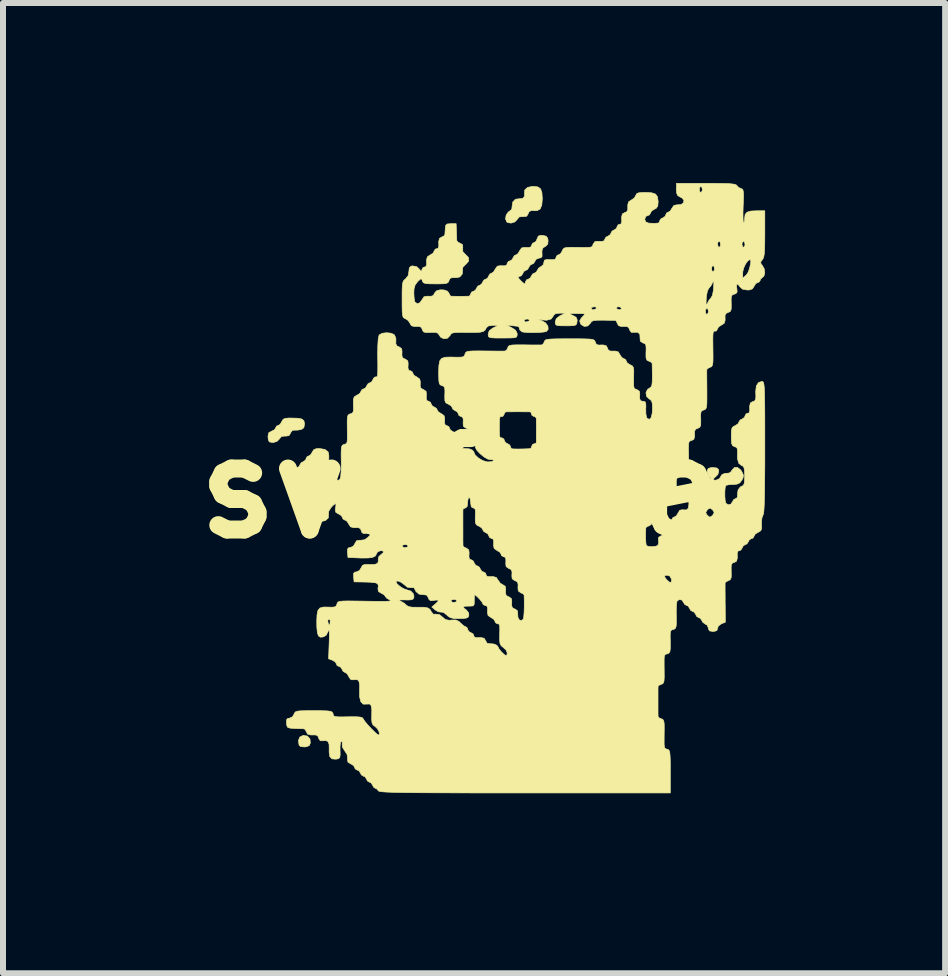
<source format=kicad_pcb>
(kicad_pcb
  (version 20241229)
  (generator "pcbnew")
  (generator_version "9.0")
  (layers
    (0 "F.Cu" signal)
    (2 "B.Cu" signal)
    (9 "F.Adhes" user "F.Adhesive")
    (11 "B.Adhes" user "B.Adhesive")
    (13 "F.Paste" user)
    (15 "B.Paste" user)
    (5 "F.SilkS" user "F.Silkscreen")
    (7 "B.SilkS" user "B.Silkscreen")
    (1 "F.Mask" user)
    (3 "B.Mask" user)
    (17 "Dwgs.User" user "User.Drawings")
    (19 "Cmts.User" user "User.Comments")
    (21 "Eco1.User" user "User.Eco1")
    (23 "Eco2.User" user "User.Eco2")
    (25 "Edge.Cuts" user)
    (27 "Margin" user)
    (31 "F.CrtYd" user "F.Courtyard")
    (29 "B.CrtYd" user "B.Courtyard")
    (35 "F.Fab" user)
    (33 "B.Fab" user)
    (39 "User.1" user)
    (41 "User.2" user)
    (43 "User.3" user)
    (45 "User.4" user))
  (footprint "svoface"
    (layer "F.Cu")
    (at 4.616 5.085)
    (property "Reference" "svoface" (at 0 0 0) (layer "F.SilkS") (effects (font (size 1.524 1.524) (thickness 0.3))))
    (attr through_hole)
    (fp_poly (pts (xy -2.543 4.132) (xy -2.5 4.181) (xy -2.494 4.247) (xy -2.512 4.291) (xy -2.562 4.31) (xy -2.585 4.313) (xy -2.655 4.308) (xy -2.682 4.283) (xy -2.693 4.207) (xy -2.669 4.148) (xy -2.614 4.12) (xy -2.614 4.12) (xy -2.543 4.132)) (stroke (width 0.01) (type solid)) (fill yes) (layer "F.SilkS"))
    (fp_poly (pts (xy 1.295 -5.021) (xy 1.342 -4.99) (xy 1.365 -4.927) (xy 1.372 -4.824) (xy 1.363 -4.715) (xy 1.334 -4.65) (xy 1.283 -4.624) (xy 1.252 -4.624) (xy 1.185 -4.625) (xy 1.15 -4.605) (xy 1.135 -4.57) (xy 1.112 -4.532) (xy 1.061 -4.524) (xy 1.05 -4.525) (xy 0.989 -4.521) (xy 0.955 -4.481) (xy 0.953 -4.477) (xy 0.912 -4.436) (xy 0.851 -4.417) (xy 0.794 -4.426) (xy 0.779 -4.437) (xy 0.759 -4.487) (xy 0.769 -4.55) (xy 0.803 -4.6) (xy 0.819 -4.61) (xy 0.863 -4.647) (xy 0.869 -4.701) (xy 0.88 -4.77) (xy 0.925 -4.815) (xy 0.983 -4.822) (xy 1.046 -4.828) (xy 1.076 -4.865) (xy 1.074 -4.902) (xy 1.078 -4.967) (xy 1.124 -5.011) (xy 1.207 -5.029) (xy 1.217 -5.029) (xy 1.295 -5.021)) (stroke (width 0.01) (type solid)) (fill yes) (layer "F.SilkS"))
    (fp_poly (pts (xy -2.702 -1.165) (xy -2.636 -1.152) (xy -2.602 -1.124) (xy -2.591 -1.078) (xy -2.591 -1.065) (xy -2.603 -1.006) (xy -2.645 -0.978) (xy -2.65 -0.977) (xy -2.705 -0.967) (xy -2.732 -0.967) (xy -2.793 -0.964) (xy -2.825 -0.921) (xy -2.827 -0.912) (xy -2.851 -0.874) (xy -2.902 -0.867) (xy -2.913 -0.868) (xy -2.973 -0.863) (xy -3.008 -0.823) (xy -3.01 -0.819) (xy -3.05 -0.779) (xy -3.111 -0.76) (xy -3.169 -0.768) (xy -3.183 -0.779) (xy -3.196 -0.815) (xy -3.2 -0.865) (xy -3.188 -0.922) (xy -3.141 -0.949) (xy -3.137 -0.95) (xy -3.089 -0.975) (xy -3.073 -1.004) (xy -3.053 -1.037) (xy -3.035 -1.041) (xy -2.998 -1.063) (xy -2.972 -1.105) (xy -2.952 -1.142) (xy -2.92 -1.161) (xy -2.861 -1.168) (xy -2.809 -1.168) (xy -2.702 -1.165)) (stroke (width 0.01) (type solid)) (fill yes) (layer "F.SilkS"))
    (fp_poly (pts (xy 4.279 -5.079) (xy 4.411 -5.077) (xy 4.504 -5.073) (xy 4.565 -5.066) (xy 4.599 -5.057) (xy 4.613 -5.044) (xy 4.613 -5.044) (xy 4.646 -5.009) (xy 4.679 -4.995) (xy 4.701 -4.986) (xy 4.716 -4.968) (xy 4.723 -4.931) (xy 4.725 -4.866) (xy 4.722 -4.764) (xy 4.719 -4.701) (xy 4.716 -4.588) (xy 4.717 -4.497) (xy 4.721 -4.438) (xy 4.727 -4.42) (xy 4.74 -4.442) (xy 4.744 -4.495) (xy 4.744 -4.498) (xy 4.752 -4.561) (xy 4.784 -4.599) (xy 4.851 -4.618) (xy 4.947 -4.622) (xy 5.08 -4.623) (xy 5.08 -4.237) (xy 5.079 -4.084) (xy 5.076 -3.974) (xy 5.07 -3.898) (xy 5.061 -3.848) (xy 5.046 -3.816) (xy 5.038 -3.806) (xy 5.01 -3.767) (xy 5.019 -3.735) (xy 5.038 -3.713) (xy 5.07 -3.655) (xy 5.079 -3.589) (xy 5.065 -3.534) (xy 5.042 -3.514) (xy 5.008 -3.482) (xy 5.004 -3.464) (xy 4.983 -3.433) (xy 4.965 -3.429) (xy 4.928 -3.408) (xy 4.902 -3.365) (xy 4.874 -3.321) (xy 4.824 -3.303) (xy 4.789 -3.302) (xy 4.709 -3.316) (xy 4.668 -3.353) (xy 4.632 -3.397) (xy 4.611 -3.394) (xy 4.611 -3.345) (xy 4.614 -3.326) (xy 4.619 -3.269) (xy 4.598 -3.242) (xy 4.575 -3.234) (xy 4.543 -3.223) (xy 4.525 -3.202) (xy 4.519 -3.159) (xy 4.52 -3.082) (xy 4.521 -3.053) (xy 4.52 -2.981) (xy 4.504 -2.944) (xy 4.472 -2.929) (xy 4.433 -2.912) (xy 4.417 -2.877) (xy 4.418 -2.81) (xy 4.419 -2.8) (xy 4.404 -2.748) (xy 4.358 -2.718) (xy 4.31 -2.688) (xy 4.293 -2.655) (xy 4.273 -2.621) (xy 4.255 -2.616) (xy 4.237 -2.616) (xy 4.226 -2.61) (xy 4.219 -2.59) (xy 4.215 -2.547) (xy 4.214 -2.474) (xy 4.215 -2.363) (xy 4.216 -2.29) (xy 4.217 -2.172) (xy 4.215 -2.095) (xy 4.207 -2.05) (xy 4.194 -2.026) (xy 4.172 -2.016) (xy 4.167 -2.014) (xy 4.124 -1.992) (xy 4.113 -1.972) (xy 4.113 -1.937) (xy 4.113 -1.861) (xy 4.114 -1.757) (xy 4.115 -1.635) (xy 4.115 -1.63) (xy 4.115 -1.499) (xy 4.114 -1.41) (xy 4.108 -1.354) (xy 4.098 -1.324) (xy 4.082 -1.309) (xy 4.065 -1.303) (xy 4.034 -1.292) (xy 4.017 -1.271) (xy 4.011 -1.228) (xy 4.012 -1.15) (xy 4.013 -1.122) (xy 4.012 -1.051) (xy 3.996 -1.014) (xy 3.964 -0.998) (xy 3.926 -0.981) (xy 3.909 -0.947) (xy 3.91 -0.881) (xy 3.911 -0.868) (xy 3.898 -0.815) (xy 3.863 -0.795) (xy 3.835 -0.787) (xy 3.818 -0.772) (xy 3.81 -0.74) (xy 3.808 -0.681) (xy 3.809 -0.583) (xy 3.81 -0.563) (xy 3.81 -0.474) (xy 3.803 -0.424) (xy 3.786 -0.399) (xy 3.761 -0.389) (xy 3.722 -0.372) (xy 3.706 -0.338) (xy 3.707 -0.271) (xy 3.708 -0.259) (xy 3.695 -0.205) (xy 3.66 -0.186) (xy 3.628 -0.174) (xy 3.61 -0.153) (xy 3.604 -0.11) (xy 3.605 -0.032) (xy 3.606 -0.006) (xy 3.605 0.064) (xy 3.588 0.102) (xy 3.548 0.125) (xy 3.545 0.126) (xy 3.497 0.156) (xy 3.48 0.187) (xy 3.459 0.222) (xy 3.429 0.236) (xy 3.388 0.262) (xy 3.378 0.287) (xy 3.357 0.323) (xy 3.327 0.338) (xy 3.286 0.365) (xy 3.277 0.391) (xy 3.257 0.426) (xy 3.239 0.432) (xy 3.209 0.441) (xy 3.197 0.478) (xy 3.199 0.552) (xy 3.2 0.554) (xy 3.187 0.607) (xy 3.152 0.627) (xy 3.109 0.647) (xy 3.097 0.663) (xy 3.094 0.743) (xy 3.094 0.829) (xy 3.097 0.904) (xy 3.104 0.95) (xy 3.106 0.956) (xy 3.139 0.971) (xy 3.198 0.975) (xy 3.26 0.969) (xy 3.294 0.957) (xy 3.31 0.923) (xy 3.308 0.875) (xy 3.308 0.823) (xy 3.342 0.798) (xy 3.35 0.796) (xy 3.389 0.778) (xy 3.406 0.744) (xy 3.405 0.677) (xy 3.405 0.667) (xy 3.419 0.614) (xy 3.465 0.585) (xy 3.513 0.554) (xy 3.531 0.521) (xy 3.551 0.487) (xy 3.569 0.483) (xy 3.606 0.461) (xy 3.633 0.416) (xy 3.643 0.401) (xy 4.096 0.401) (xy 4.108 0.437) (xy 4.114 0.443) (xy 4.149 0.476) (xy 4.166 0.483) (xy 4.196 0.465) (xy 4.217 0.443) (xy 4.236 0.406) (xy 4.215 0.369) (xy 4.208 0.362) (xy 4.172 0.333) (xy 4.143 0.343) (xy 4.123 0.362) (xy 4.096 0.401) (xy 3.643 0.401) (xy 3.662 0.368) (xy 3.707 0.36) (xy 3.722 0.362) (xy 3.776 0.363) (xy 3.805 0.334) (xy 3.815 0.269) (xy 3.813 0.211) (xy 3.812 0.14) (xy 3.827 0.102) (xy 3.865 0.079) (xy 3.872 0.077) (xy 3.92 0.046) (xy 3.937 0.013) (xy 3.957 -0.021) (xy 3.976 -0.025) (xy 4.013 -0.047) (xy 4.039 -0.089) (xy 4.077 -0.14) (xy 4.129 -0.152) (xy 4.173 -0.155) (xy 4.174 -0.172) (xy 4.153 -0.194) (xy 4.123 -0.249) (xy 4.12 -0.289) (xy 4.136 -0.327) (xy 4.179 -0.341) (xy 4.216 -0.343) (xy 4.279 -0.336) (xy 4.307 -0.312) (xy 4.313 -0.288) (xy 4.298 -0.228) (xy 4.264 -0.194) (xy 4.227 -0.16) (xy 4.222 -0.138) (xy 4.259 -0.131) (xy 4.307 -0.148) (xy 4.34 -0.178) (xy 4.343 -0.191) (xy 4.365 -0.225) (xy 4.416 -0.247) (xy 4.473 -0.249) (xy 4.508 -0.263) (xy 4.533 -0.299) (xy 4.573 -0.344) (xy 4.625 -0.345) (xy 4.677 -0.304) (xy 4.698 -0.273) (xy 4.723 -0.218) (xy 4.718 -0.173) (xy 4.698 -0.133) (xy 4.662 -0.087) (xy 4.613 -0.066) (xy 4.552 -0.061) (xy 4.482 -0.057) (xy 4.436 -0.047) (xy 4.429 -0.043) (xy 4.419 -0.008) (xy 4.414 0.058) (xy 4.414 0.136) (xy 4.419 0.206) (xy 4.43 0.25) (xy 4.43 0.251) (xy 4.47 0.278) (xy 4.514 0.267) (xy 4.539 0.229) (xy 4.565 0.187) (xy 4.588 0.178) (xy 4.621 0.157) (xy 4.626 0.1) (xy 4.625 0.093) (xy 4.634 0.031) (xy 4.672 -0.02) (xy 4.697 -0.032) (xy 4.723 -0.047) (xy 4.738 -0.082) (xy 4.743 -0.15) (xy 4.744 -0.203) (xy 4.741 -0.293) (xy 4.732 -0.344) (xy 4.713 -0.368) (xy 4.697 -0.374) (xy 4.647 -0.412) (xy 4.624 -0.49) (xy 4.624 -0.553) (xy 4.626 -0.629) (xy 4.616 -0.669) (xy 4.589 -0.688) (xy 4.572 -0.693) (xy 4.544 -0.707) (xy 4.528 -0.74) (xy 4.522 -0.802) (xy 4.521 -0.862) (xy 4.523 -0.949) (xy 4.532 -0.999) (xy 4.553 -1.026) (xy 4.585 -1.041) (xy 4.632 -1.071) (xy 4.648 -1.101) (xy 4.669 -1.136) (xy 4.699 -1.15) (xy 4.74 -1.178) (xy 4.75 -1.204) (xy 4.769 -1.239) (xy 4.788 -1.245) (xy 4.817 -1.254) (xy 4.829 -1.29) (xy 4.827 -1.365) (xy 4.827 -1.367) (xy 4.84 -1.42) (xy 4.875 -1.44) (xy 4.908 -1.452) (xy 4.925 -1.475) (xy 4.931 -1.522) (xy 4.928 -1.607) (xy 4.928 -1.608) (xy 4.938 -1.703) (xy 4.976 -1.761) (xy 5.032 -1.778) (xy 5.044 -1.776) (xy 5.053 -1.768) (xy 5.061 -1.749) (xy 5.067 -1.714) (xy 5.072 -1.66) (xy 5.075 -1.581) (xy 5.077 -1.474) (xy 5.079 -1.333) (xy 5.08 -1.155) (xy 5.08 -0.935) (xy 5.08 -0.678) (xy 5.08 -0.393) (xy 5.078 -0.156) (xy 5.076 0.037) (xy 5.073 0.189) (xy 5.069 0.304) (xy 5.064 0.383) (xy 5.057 0.432) (xy 5.049 0.452) (xy 5.032 0.496) (xy 5.025 0.569) (xy 5.026 0.597) (xy 5.027 0.669) (xy 5.014 0.708) (xy 4.98 0.731) (xy 4.968 0.736) (xy 4.919 0.767) (xy 4.902 0.799) (xy 4.882 0.833) (xy 4.862 0.838) (xy 4.823 0.86) (xy 4.808 0.889) (xy 4.781 0.93) (xy 4.757 0.94) (xy 4.721 0.961) (xy 4.706 0.991) (xy 4.681 1.032) (xy 4.658 1.041) (xy 4.63 1.052) (xy 4.62 1.089) (xy 4.622 1.164) (xy 4.609 1.217) (xy 4.574 1.237) (xy 4.542 1.248) (xy 4.525 1.269) (xy 4.519 1.312) (xy 4.52 1.389) (xy 4.521 1.418) (xy 4.52 1.489) (xy 4.504 1.526) (xy 4.472 1.542) (xy 4.429 1.564) (xy 4.418 1.584) (xy 4.418 1.619) (xy 4.418 1.695) (xy 4.419 1.799) (xy 4.419 1.921) (xy 4.42 1.924) (xy 4.422 2.235) (xy 4.357 2.26) (xy 4.305 2.299) (xy 4.293 2.336) (xy 4.281 2.374) (xy 4.237 2.387) (xy 4.216 2.388) (xy 4.161 2.38) (xy 4.141 2.35) (xy 4.14 2.334) (xy 4.119 2.284) (xy 4.092 2.269) (xy 4.045 2.235) (xy 4.031 2.207) (xy 4.004 2.167) (xy 3.98 2.159) (xy 3.944 2.138) (xy 3.93 2.108) (xy 3.903 2.067) (xy 3.879 2.057) (xy 3.843 2.036) (xy 3.828 2.007) (xy 3.802 1.965) (xy 3.777 1.956) (xy 3.741 1.934) (xy 3.726 1.905) (xy 3.697 1.864) (xy 3.652 1.857) (xy 3.617 1.883) (xy 3.61 1.92) (xy 3.605 1.994) (xy 3.604 2.092) (xy 3.605 2.126) (xy 3.606 2.231) (xy 3.603 2.296) (xy 3.593 2.332) (xy 3.574 2.349) (xy 3.558 2.354) (xy 3.53 2.363) (xy 3.513 2.378) (xy 3.505 2.41) (xy 3.503 2.469) (xy 3.505 2.567) (xy 3.505 2.586) (xy 3.505 2.675) (xy 3.498 2.726) (xy 3.481 2.751) (xy 3.456 2.761) (xy 3.431 2.768) (xy 3.415 2.779) (xy 3.405 2.804) (xy 3.402 2.853) (xy 3.402 2.934) (xy 3.403 3.044) (xy 3.404 3.148) (xy 3.4 3.212) (xy 3.39 3.247) (xy 3.37 3.264) (xy 3.354 3.269) (xy 3.312 3.289) (xy 3.301 3.305) (xy 3.3 3.339) (xy 3.3 3.411) (xy 3.3 3.508) (xy 3.3 3.556) (xy 3.3 3.66) (xy 3.3 3.745) (xy 3.301 3.797) (xy 3.301 3.807) (xy 3.323 3.831) (xy 3.354 3.843) (xy 3.38 3.854) (xy 3.395 3.878) (xy 3.403 3.925) (xy 3.404 4.006) (xy 3.403 4.068) (xy 3.402 4.187) (xy 3.402 4.265) (xy 3.406 4.311) (xy 3.415 4.334) (xy 3.432 4.345) (xy 3.454 4.351) (xy 3.474 4.359) (xy 3.488 4.377) (xy 3.497 4.413) (xy 3.502 4.474) (xy 3.505 4.569) (xy 3.505 4.707) (xy 3.505 4.722) (xy 3.505 5.08) (xy 1.079 5.08) (xy 0.669 5.08) (xy 0.308 5.08) (xy -0.009 5.079) (xy -0.283 5.078) (xy -0.519 5.077) (xy -0.718 5.076) (xy -0.884 5.074) (xy -1.019 5.072) (xy -1.127 5.069) (xy -1.211 5.066) (xy -1.273 5.062) (xy -1.316 5.058) (xy -1.344 5.053) (xy -1.358 5.047) (xy -1.362 5.042) (xy -1.393 5.008) (xy -1.409 5.004) (xy -1.441 4.983) (xy -1.455 4.953) (xy -1.482 4.912) (xy -1.506 4.902) (xy -1.542 4.881) (xy -1.557 4.851) (xy -1.583 4.81) (xy -1.608 4.801) (xy -1.644 4.779) (xy -1.658 4.75) (xy -1.686 4.708) (xy -1.712 4.699) (xy -1.747 4.679) (xy -1.753 4.66) (xy -1.774 4.624) (xy -1.819 4.596) (xy -1.867 4.567) (xy -1.876 4.522) (xy -1.873 4.508) (xy -1.883 4.434) (xy -1.919 4.382) (xy -1.961 4.315) (xy -1.963 4.268) (xy -1.963 4.227) (xy -1.977 4.216) (xy -1.992 4.24) (xy -1.999 4.306) (xy -1.999 4.362) (xy -1.997 4.445) (xy -2.004 4.489) (xy -2.024 4.509) (xy -2.063 4.516) (xy -2.067 4.517) (xy -2.132 4.512) (xy -2.169 4.475) (xy -2.181 4.399) (xy -2.18 4.355) (xy -2.182 4.267) (xy -2.201 4.22) (xy -2.242 4.207) (xy -2.274 4.21) (xy -2.327 4.21) (xy -2.352 4.177) (xy -2.354 4.169) (xy -2.371 4.129) (xy -2.405 4.113) (xy -2.471 4.113) (xy -2.485 4.114) (xy -2.538 4.101) (xy -2.558 4.066) (xy -2.58 4.023) (xy -2.6 4.011) (xy -2.641 4.009) (xy -2.712 4.007) (xy -2.756 4.005) (xy -2.831 4) (xy -2.87 3.988) (xy -2.886 3.958) (xy -2.891 3.918) (xy -2.891 3.861) (xy -2.871 3.838) (xy -2.846 3.835) (xy -2.793 3.812) (xy -2.769 3.772) (xy -2.757 3.745) (xy -2.739 3.727) (xy -2.707 3.716) (xy -2.652 3.711) (xy -2.563 3.709) (xy -2.437 3.708) (xy -2.307 3.709) (xy -2.219 3.712) (xy -2.164 3.718) (xy -2.134 3.729) (xy -2.12 3.746) (xy -2.116 3.759) (xy -2.109 3.784) (xy -2.097 3.8) (xy -2.072 3.808) (xy -2.023 3.812) (xy -1.941 3.812) (xy -1.835 3.81) (xy -1.73 3.81) (xy -1.664 3.815) (xy -1.628 3.826) (xy -1.61 3.847) (xy -1.608 3.853) (xy -1.584 3.889) (xy -1.538 3.944) (xy -1.48 4.006) (xy -1.423 4.063) (xy -1.378 4.103) (xy -1.358 4.115) (xy -1.342 4.098) (xy -1.35 4.057) (xy -1.376 4.01) (xy -1.411 3.976) (xy -1.449 3.947) (xy -1.467 3.91) (xy -1.472 3.85) (xy -1.471 3.787) (xy -1.47 3.684) (xy -1.481 3.623) (xy -1.507 3.597) (xy -1.55 3.599) (xy -1.613 3.6) (xy -1.653 3.56) (xy -1.673 3.478) (xy -1.674 3.391) (xy -1.673 3.286) (xy -1.682 3.224) (xy -1.705 3.195) (xy -1.746 3.191) (xy -1.764 3.194) (xy -1.816 3.193) (xy -1.847 3.155) (xy -1.853 3.14) (xy -1.883 3.091) (xy -1.914 3.073) (xy -1.949 3.052) (xy -1.963 3.023) (xy -1.991 2.981) (xy -2.017 2.972) (xy -2.052 2.952) (xy -2.057 2.933) (xy -2.079 2.897) (xy -2.124 2.869) (xy -2.19 2.844) (xy -2.18 2.572) (xy -2.177 2.454) (xy -2.178 2.384) (xy -2.183 2.359) (xy -2.192 2.377) (xy -2.194 2.382) (xy -2.232 2.454) (xy -2.28 2.48) (xy -2.327 2.484) (xy -2.359 2.463) (xy -2.377 2.409) (xy -2.386 2.316) (xy -2.387 2.232) (xy -2.387 2.212) (xy -2.204 2.212) (xy -2.196 2.253) (xy -2.18 2.285) (xy -2.17 2.269) (xy -2.166 2.252) (xy -2.163 2.206) (xy -2.169 2.191) (xy -2.194 2.185) (xy -2.204 2.212) (xy -2.387 2.212) (xy -2.383 2.115) (xy -2.368 2.039) (xy -2.335 1.998) (xy -2.278 1.982) (xy -2.217 1.982) (xy -2.133 1.984) (xy -2.085 1.979) (xy -2.062 1.962) (xy -2.05 1.929) (xy -2.05 1.928) (xy -2.043 1.91) (xy -2.029 1.896) (xy -2.002 1.887) (xy -1.953 1.882) (xy -1.877 1.88) (xy -1.766 1.881) (xy -1.612 1.883) (xy -1.567 1.884) (xy -1.402 1.886) (xy -1.283 1.887) (xy -1.205 1.885) (xy -1.164 1.88) (xy -1.154 1.873) (xy -1.17 1.862) (xy -1.172 1.862) (xy -1.223 1.833) (xy -1.245 1.804) (xy -1.245 1.804) (xy -1.266 1.776) (xy -1.311 1.752) (xy -1.359 1.723) (xy -1.368 1.677) (xy -1.365 1.663) (xy -1.361 1.619) (xy -1.376 1.591) (xy -1.417 1.575) (xy -1.494 1.568) (xy -1.584 1.565) (xy -1.765 1.562) (xy -1.067 1.562) (xy -1.047 1.597) (xy -0.999 1.639) (xy -0.941 1.675) (xy -0.897 1.691) (xy -0.818 1.716) (xy -0.773 1.766) (xy -0.767 1.814) (xy -0.777 1.844) (xy -0.805 1.86) (xy -0.864 1.864) (xy -0.914 1.863) (xy -0.989 1.863) (xy -1.018 1.867) (xy -1.005 1.878) (xy -0.991 1.883) (xy -0.93 1.917) (xy -0.896 1.948) (xy -0.863 1.972) (xy -0.803 1.984) (xy -0.705 1.985) (xy -0.602 1.985) (xy -0.537 1.996) (xy -0.499 2.021) (xy -0.475 2.065) (xy -0.474 2.067) (xy -0.442 2.102) (xy -0.403 2.1) (xy -0.342 2.108) (xy -0.293 2.148) (xy -0.24 2.191) (xy -0.179 2.202) (xy -0.141 2.198) (xy -0.067 2.197) (xy -0.014 2.224) (xy 0.011 2.249) (xy 0.059 2.292) (xy 0.096 2.311) (xy 0.098 2.311) (xy 0.123 2.332) (xy 0.127 2.352) (xy 0.148 2.39) (xy 0.178 2.406) (xy 0.219 2.431) (xy 0.229 2.454) (xy 0.239 2.482) (xy 0.277 2.492) (xy 0.351 2.49) (xy 0.404 2.503) (xy 0.424 2.538) (xy 0.453 2.586) (xy 0.51 2.594) (xy 0.517 2.593) (xy 0.566 2.598) (xy 0.614 2.619) (xy 0.635 2.647) (xy 0.652 2.682) (xy 0.692 2.73) (xy 0.737 2.773) (xy 0.768 2.791) (xy 0.784 2.773) (xy 0.787 2.746) (xy 0.768 2.699) (xy 0.722 2.656) (xy 0.685 2.625) (xy 0.666 2.587) (xy 0.66 2.524) (xy 0.661 2.468) (xy 0.663 2.366) (xy 0.662 2.305) (xy 0.655 2.273) (xy 0.641 2.262) (xy 0.622 2.261) (xy 0.589 2.24) (xy 0.584 2.222) (xy 0.563 2.185) (xy 0.519 2.158) (xy 0.468 2.123) (xy 0.458 2.076) (xy 0.46 2.002) (xy 0.448 1.965) (xy 0.419 1.956) (xy 0.385 1.94) (xy 0.381 1.927) (xy 0.365 1.896) (xy 0.327 1.85) (xy 0.283 1.805) (xy 0.249 1.779) (xy 0.243 1.778) (xy 0.239 1.8) (xy 0.238 1.856) (xy 0.238 1.873) (xy 0.237 1.935) (xy 0.22 1.962) (xy 0.171 1.966) (xy 0.146 1.966) (xy 0.076 1.968) (xy 0.054 1.983) (xy 0.08 2.012) (xy 0.103 2.027) (xy 0.144 2.078) (xy 0.148 2.116) (xy 0.138 2.147) (xy 0.112 2.164) (xy 0.057 2.172) (xy -0.012 2.174) (xy -0.102 2.172) (xy -0.16 2.159) (xy -0.202 2.132) (xy -0.22 2.114) (xy -0.271 2.074) (xy -0.315 2.065) (xy -0.316 2.066) (xy -0.36 2.061) (xy -0.412 2.031) (xy -0.47 1.981) (xy -0.413 1.933) (xy -0.366 1.887) (xy -0.365 1.88) (xy -0.152 1.88) (xy -0.131 1.9) (xy -0.102 1.905) (xy -0.06 1.894) (xy -0.051 1.88) (xy -0.072 1.859) (xy -0.102 1.854) (xy -0.143 1.865) (xy -0.152 1.88) (xy -0.365 1.88) (xy -0.363 1.866) (xy -0.406 1.866) (xy -0.433 1.871) (xy -0.49 1.876) (xy -0.517 1.855) (xy -0.525 1.832) (xy -0.554 1.783) (xy -0.61 1.775) (xy -0.619 1.776) (xy -0.683 1.766) (xy -0.734 1.723) (xy -0.745 1.698) (xy -0.769 1.658) (xy -0.814 1.659) (xy -0.874 1.653) (xy -0.926 1.611) (xy -0.974 1.573) (xy -1.023 1.55) (xy -1.059 1.549) (xy -1.067 1.562) (xy -1.765 1.562) (xy -1.773 1.48) (xy -1.774 1.422) (xy -1.754 1.4) (xy -1.728 1.397) (xy -1.676 1.373) (xy -1.65 1.332) (xy -1.628 1.29) (xy -1.593 1.273) (xy -1.527 1.272) (xy -1.517 1.273) (xy -1.423 1.272) (xy -1.373 1.254) (xy -1.36 1.215) (xy -1.364 1.196) (xy -1.354 1.142) (xy -1.323 1.113) (xy -1.278 1.075) (xy -1.279 1.05) (xy -1.323 1.041) (xy -1.374 1.063) (xy -1.39 1.092) (xy -1.41 1.13) (xy -1.454 1.153) (xy -1.529 1.164) (xy -1.643 1.165) (xy -1.69 1.163) (xy -1.867 1.156) (xy -1.875 1.073) (xy -1.875 1.016) (xy -1.855 0.993) (xy -1.83 0.991) (xy -1.777 0.967) (xy -1.776 0.965) (xy -0.965 0.965) (xy -0.944 0.986) (xy -0.914 0.991) (xy -0.873 0.98) (xy -0.864 0.965) (xy -0.885 0.945) (xy -0.914 0.94) (xy -0.956 0.95) (xy -0.965 0.965) (xy -1.776 0.965) (xy -1.752 0.924) (xy -1.723 0.876) (xy -1.677 0.868) (xy -1.663 0.87) (xy -1.59 0.86) (xy -1.537 0.823) (xy -1.487 0.773) (xy -1.479 0.749) (xy -1.514 0.747) (xy -1.551 0.753) (xy -1.608 0.758) (xy -1.635 0.738) (xy -1.643 0.715) (xy -1.66 0.675) (xy -1.69 0.66) (xy 0.049 0.66) (xy 0.049 0.776) (xy 0.049 0.872) (xy 0.05 0.938) (xy 0.05 0.962) (xy 0.072 0.986) (xy 0.104 0.998) (xy 0.146 1.029) (xy 0.152 1.071) (xy 0.149 1.147) (xy 0.16 1.184) (xy 0.188 1.194) (xy 0.222 1.215) (xy 0.236 1.245) (xy 0.262 1.286) (xy 0.287 1.295) (xy 0.323 1.317) (xy 0.338 1.346) (xy 0.365 1.388) (xy 0.391 1.397) (xy 0.426 1.416) (xy 0.432 1.435) (xy 0.442 1.465) (xy 0.478 1.476) (xy 0.552 1.474) (xy 0.606 1.489) (xy 0.633 1.531) (xy 0.671 1.584) (xy 0.711 1.608) (xy 0.755 1.637) (xy 0.761 1.681) (xy 0.759 1.753) (xy 0.772 1.791) (xy 0.808 1.809) (xy 0.815 1.811) (xy 0.857 1.841) (xy 0.863 1.884) (xy 0.861 1.956) (xy 0.874 1.994) (xy 0.909 2.013) (xy 0.916 2.014) (xy 0.957 2.042) (xy 0.962 2.087) (xy 0.965 2.152) (xy 0.988 2.196) (xy 1.022 2.209) (xy 1.055 2.182) (xy 1.062 2.147) (xy 1.068 2.075) (xy 1.071 1.982) (xy 1.071 1.882) (xy 1.069 1.791) (xy 1.068 1.781) (xy 1.046 1.757) (xy 1.014 1.745) (xy 0.972 1.715) (xy 0.966 1.672) (xy 0.968 1.6) (xy 0.955 1.562) (xy 0.92 1.543) (xy 0.912 1.542) (xy 0.87 1.511) (xy 0.866 1.479) (xy 3.41 1.479) (xy 3.446 1.528) (xy 3.494 1.569) (xy 3.522 1.566) (xy 3.526 1.52) (xy 3.526 1.518) (xy 3.497 1.466) (xy 3.461 1.452) (xy 3.414 1.454) (xy 3.41 1.479) (xy 0.866 1.479) (xy 0.864 1.469) (xy 0.867 1.396) (xy 0.853 1.359) (xy 0.818 1.34) (xy 0.811 1.338) (xy 0.769 1.308) (xy 0.763 1.265) (xy 0.765 1.19) (xy 0.754 1.153) (xy 0.725 1.143) (xy 0.724 1.143) (xy 0.69 1.123) (xy 0.686 1.104) (xy 0.665 1.068) (xy 0.62 1.041) (xy 0.569 1.005) (xy 0.56 0.959) (xy 0.562 0.884) (xy 0.55 0.848) (xy 0.521 0.838) (xy 0.488 0.818) (xy 0.483 0.798) (xy 0.461 0.759) (xy 0.432 0.744) (xy 0.391 0.718) (xy 0.381 0.695) (xy 0.36 0.661) (xy 0.316 0.634) (xy 0.274 0.612) (xy 0.256 0.575) (xy 0.254 0.506) (xy 0.254 0.502) (xy 0.257 0.41) (xy 0.254 0.359) (xy 0.242 0.336) (xy 0.22 0.33) (xy 0.216 0.33) (xy 0.188 0.311) (xy 0.178 0.249) (xy 0.178 0.241) (xy 0.171 0.183) (xy 0.156 0.153) (xy 0.152 0.152) (xy 0.136 0.175) (xy 0.127 0.23) (xy 0.127 0.241) (xy 0.119 0.307) (xy 0.092 0.33) (xy 0.089 0.33) (xy 0.055 0.344) (xy 0.05 0.356) (xy 0.049 0.39) (xy 0.049 0.464) (xy 0.049 0.565) (xy 0.049 0.66) (xy -1.69 0.66) (xy -1.694 0.658) (xy -1.761 0.659) (xy -1.772 0.659) (xy -1.824 0.645) (xy -1.854 0.599) (xy -1.884 0.551) (xy -1.917 0.533) (xy -1.951 0.513) (xy -1.956 0.495) (xy -1.977 0.458) (xy -2.022 0.431) (xy -2.068 0.405) (xy -2.079 0.364) (xy -2.074 0.33) (xy -2.066 0.273) (xy -2.078 0.259) (xy -2.114 0.286) (xy -2.145 0.318) (xy -2.187 0.384) (xy -2.191 0.433) (xy -2.195 0.497) (xy -2.242 0.54) (xy -2.327 0.559) (xy -2.342 0.559) (xy -2.412 0.553) (xy -2.446 0.531) (xy -2.457 0.506) (xy -2.49 0.457) (xy -2.533 0.43) (xy -2.582 0.393) (xy -2.59 0.349) (xy -2.588 0.274) (xy -2.6 0.238) (xy -2.629 0.229) (xy -2.662 0.208) (xy -2.667 0.19) (xy -2.688 0.153) (xy -2.731 0.127) (xy -2.762 0.112) (xy -2.781 0.089) (xy -2.79 0.045) (xy -2.794 -0.029) (xy -2.794 -0.102) (xy -2.793 -0.203) (xy -2.788 -0.266) (xy -2.776 -0.301) (xy -2.753 -0.321) (xy -2.731 -0.33) (xy -2.683 -0.36) (xy -2.667 -0.39) (xy -2.646 -0.425) (xy -2.616 -0.439) (xy -2.575 -0.467) (xy -2.565 -0.493) (xy -2.546 -0.528) (xy -2.527 -0.533) (xy -2.49 -0.555) (xy -2.464 -0.597) (xy -2.438 -0.64) (xy -2.394 -0.658) (xy -2.341 -0.66) (xy -2.25 -0.645) (xy -2.197 -0.603) (xy -2.185 -0.541) (xy -2.187 -0.473) (xy -2.167 -0.439) (xy -2.132 -0.424) (xy -2.099 -0.408) (xy -2.085 -0.373) (xy -2.085 -0.304) (xy -2.086 -0.294) (xy -2.083 -0.207) (xy -2.064 -0.15) (xy -2.034 -0.129) (xy -2.003 -0.145) (xy -1.989 -0.187) (xy -1.981 -0.274) (xy -1.979 -0.403) (xy -1.979 -0.445) (xy -1.981 -0.565) (xy -1.979 -0.644) (xy -1.973 -0.691) (xy -1.96 -0.715) (xy -1.939 -0.727) (xy -1.932 -0.729) (xy -1.907 -0.736) (xy -1.89 -0.747) (xy -1.881 -0.772) (xy -1.878 -0.821) (xy -1.878 -0.902) (xy -1.879 -1.012) (xy -1.88 -1.116) (xy -1.876 -1.18) (xy -1.866 -1.215) (xy -1.846 -1.232) (xy -1.83 -1.237) (xy -1.799 -1.248) (xy -1.781 -1.269) (xy -1.775 -1.312) (xy -1.777 -1.391) (xy -1.778 -1.416) (xy -1.776 -1.487) (xy -1.759 -1.525) (xy -1.719 -1.548) (xy -1.716 -1.549) (xy -1.668 -1.58) (xy -1.651 -1.612) (xy -1.63 -1.646) (xy -1.611 -1.651) (xy -1.572 -1.672) (xy -1.557 -1.702) (xy -1.53 -1.743) (xy -1.506 -1.753) (xy -1.47 -1.774) (xy -1.455 -1.803) (xy -1.43 -1.845) (xy -1.407 -1.854) (xy -1.392 -1.854) (xy -1.381 -1.859) (xy -1.375 -1.877) (xy -1.371 -1.915) (xy -1.37 -1.981) (xy -1.37 -2.083) (xy -1.372 -2.218) (xy -1.37 -2.374) (xy -1.363 -2.484) (xy -1.35 -2.545) (xy -1.344 -2.555) (xy -1.296 -2.581) (xy -1.223 -2.59) (xy -1.149 -2.582) (xy -1.097 -2.558) (xy -1.093 -2.554) (xy -1.069 -2.499) (xy -1.068 -2.472) (xy -1.069 -2.404) (xy -1.049 -2.369) (xy -1.014 -2.354) (xy -0.972 -2.324) (xy -0.966 -2.281) (xy -0.968 -2.209) (xy -0.955 -2.172) (xy -0.92 -2.153) (xy -0.912 -2.151) (xy -0.87 -2.121) (xy -0.864 -2.078) (xy -0.867 -2.003) (xy -0.855 -1.966) (xy -0.826 -1.956) (xy -0.826 -1.956) (xy -0.792 -1.935) (xy -0.787 -1.917) (xy -0.766 -1.88) (xy -0.722 -1.854) (xy -0.671 -1.818) (xy -0.661 -1.772) (xy -0.663 -1.7) (xy -0.649 -1.663) (xy -0.613 -1.645) (xy -0.608 -1.643) (xy -0.565 -1.613) (xy -0.56 -1.57) (xy -0.562 -1.495) (xy -0.551 -1.458) (xy -0.522 -1.448) (xy -0.521 -1.448) (xy -0.488 -1.427) (xy -0.483 -1.407) (xy -0.461 -1.369) (xy -0.432 -1.354) (xy -0.391 -1.328) (xy -0.381 -1.305) (xy -0.36 -1.27) (xy -0.316 -1.244) (xy -0.265 -1.208) (xy -0.255 -1.162) (xy -0.257 -1.087) (xy -0.245 -1.051) (xy -0.216 -1.041) (xy -0.182 -1.021) (xy -0.178 -1.003) (xy -0.157 -0.966) (xy -0.112 -0.939) (xy -0.061 -0.903) (xy -0.052 -0.857) (xy -0.054 -0.782) (xy -0.042 -0.746) (xy -0.013 -0.737) (xy 0.021 -0.716) (xy 0.025 -0.699) (xy 0.046 -0.663) (xy 0.103 -0.657) (xy 0.111 -0.658) (xy 0.159 -0.654) (xy 0.207 -0.633) (xy 0.229 -0.607) (xy 0.229 -0.606) (xy 0.25 -0.556) (xy 0.306 -0.503) (xy 0.378 -0.46) (xy 0.452 -0.438) (xy 0.464 -0.437) (xy 0.526 -0.441) (xy 0.558 -0.456) (xy 0.559 -0.461) (xy 0.539 -0.478) (xy 0.508 -0.475) (xy 0.462 -0.484) (xy 0.399 -0.521) (xy 0.335 -0.574) (xy 0.282 -0.63) (xy 0.256 -0.678) (xy 0.255 -0.689) (xy 0.255 -0.753) (xy 0.226 -0.787) (xy 0.201 -0.795) (xy 0.159 -0.825) (xy 0.153 -0.868) (xy 0.155 -0.94) (xy 0.142 -0.978) (xy 0.107 -0.997) (xy 0.1 -0.998) (xy 0.075 -1.016) (xy 0.657 -1.016) (xy 0.657 -0.923) (xy 0.66 -0.87) (xy 0.668 -0.846) (xy 0.683 -0.839) (xy 0.699 -0.838) (xy 0.732 -0.818) (xy 0.737 -0.798) (xy 0.758 -0.759) (xy 0.787 -0.744) (xy 0.829 -0.719) (xy 0.838 -0.698) (xy 0.854 -0.661) (xy 0.863 -0.656) (xy 0.899 -0.653) (xy 0.968 -0.652) (xy 1.053 -0.653) (xy 1.136 -0.656) (xy 1.175 -0.659) (xy 1.192 -0.681) (xy 1.194 -0.699) (xy 1.214 -0.732) (xy 1.232 -0.737) (xy 1.267 -0.75) (xy 1.271 -0.762) (xy 1.272 -0.799) (xy 1.272 -0.871) (xy 1.273 -0.963) (xy 1.273 -0.965) (xy 1.272 -1.058) (xy 1.272 -1.13) (xy 1.271 -1.168) (xy 1.271 -1.168) (xy 1.249 -1.191) (xy 1.232 -1.194) (xy 1.198 -1.214) (xy 1.194 -1.232) (xy 1.18 -1.267) (xy 1.168 -1.271) (xy 1.132 -1.272) (xy 1.06 -1.272) (xy 0.968 -1.273) (xy 0.965 -1.273) (xy 0.873 -1.272) (xy 0.8 -1.272) (xy 0.762 -1.271) (xy 0.762 -1.271) (xy 0.739 -1.249) (xy 0.737 -1.232) (xy 0.716 -1.198) (xy 0.699 -1.194) (xy 0.677 -1.192) (xy 0.664 -1.18) (xy 0.659 -1.147) (xy 0.657 -1.081) (xy 0.657 -1.016) (xy 0.075 -1.016) (xy 0.057 -1.029) (xy 0.052 -1.071) (xy 0.054 -1.147) (xy 0.043 -1.184) (xy 0.014 -1.194) (xy 0.013 -1.194) (xy -0.02 -1.214) (xy -0.025 -1.234) (xy -0.047 -1.273) (xy -0.076 -1.288) (xy -0.117 -1.314) (xy -0.127 -1.337) (xy -0.148 -1.371) (xy -0.192 -1.398) (xy -0.234 -1.42) (xy -0.252 -1.457) (xy -0.254 -1.526) (xy -0.254 -1.53) (xy -0.251 -1.619) (xy -0.255 -1.67) (xy -0.269 -1.695) (xy -0.296 -1.707) (xy -0.305 -1.709) (xy -0.33 -1.721) (xy -0.346 -1.747) (xy -0.353 -1.799) (xy -0.355 -1.887) (xy -0.356 -1.925) (xy -0.352 -2.043) (xy -0.338 -2.12) (xy -0.305 -2.163) (xy -0.245 -2.182) (xy -0.153 -2.185) (xy -0.135 -2.184) (xy -0.034 -2.182) (xy 0.027 -2.184) (xy 0.06 -2.192) (xy 0.075 -2.209) (xy 0.084 -2.237) (xy 0.093 -2.258) (xy 0.111 -2.273) (xy 0.148 -2.282) (xy 0.212 -2.286) (xy 0.311 -2.287) (xy 0.411 -2.286) (xy 0.533 -2.285) (xy 0.639 -2.284) (xy 0.715 -2.284) (xy 0.752 -2.285) (xy 0.753 -2.285) (xy 0.781 -2.307) (xy 0.795 -2.338) (xy 0.805 -2.362) (xy 0.825 -2.377) (xy 0.866 -2.385) (xy 0.937 -2.388) (xy 1.048 -2.388) (xy 1.071 -2.388) (xy 1.184 -2.386) (xy 1.278 -2.386) (xy 1.342 -2.386) (xy 1.362 -2.386) (xy 1.391 -2.409) (xy 1.404 -2.438) (xy 1.412 -2.457) (xy 1.428 -2.471) (xy 1.461 -2.48) (xy 1.518 -2.485) (xy 1.606 -2.488) (xy 1.733 -2.489) (xy 1.829 -2.489) (xy 1.982 -2.489) (xy 2.092 -2.487) (xy 2.166 -2.484) (xy 2.212 -2.477) (xy 2.237 -2.466) (xy 2.249 -2.45) (xy 2.253 -2.438) (xy 2.27 -2.401) (xy 2.304 -2.385) (xy 2.372 -2.386) (xy 2.383 -2.387) (xy 2.436 -2.374) (xy 2.456 -2.339) (xy 2.473 -2.3) (xy 2.508 -2.284) (xy 2.575 -2.284) (xy 2.584 -2.285) (xy 2.637 -2.271) (xy 2.666 -2.224) (xy 2.697 -2.176) (xy 2.73 -2.159) (xy 2.764 -2.139) (xy 2.769 -2.12) (xy 2.79 -2.084) (xy 2.834 -2.057) (xy 2.87 -2.039) (xy 2.889 -2.012) (xy 2.896 -1.963) (xy 2.895 -1.876) (xy 2.895 -1.873) (xy 2.893 -1.769) (xy 2.895 -1.705) (xy 2.902 -1.67) (xy 2.918 -1.653) (xy 2.944 -1.644) (xy 2.948 -1.643) (xy 2.991 -1.613) (xy 2.996 -1.57) (xy 2.994 -1.496) (xy 3.007 -1.459) (xy 3.04 -1.448) (xy 3.05 -1.448) (xy 3.081 -1.442) (xy 3.095 -1.418) (xy 3.098 -1.361) (xy 3.096 -1.321) (xy 3.098 -1.236) (xy 3.111 -1.176) (xy 3.119 -1.163) (xy 3.157 -1.146) (xy 3.186 -1.176) (xy 3.203 -1.247) (xy 3.208 -1.325) (xy 3.205 -1.408) (xy 3.192 -1.455) (xy 3.163 -1.481) (xy 3.154 -1.486) (xy 3.109 -1.529) (xy 3.099 -1.589) (xy 3.124 -1.643) (xy 3.153 -1.664) (xy 3.181 -1.683) (xy 3.197 -1.714) (xy 3.204 -1.769) (xy 3.205 -1.863) (xy 3.205 -1.873) (xy 3.204 -1.967) (xy 3.203 -2.04) (xy 3.202 -2.079) (xy 3.202 -2.08) (xy 3.179 -2.103) (xy 3.148 -2.116) (xy 3.114 -2.133) (xy 3.1 -2.172) (xy 3.099 -2.24) (xy 3.102 -2.329) (xy 3.098 -2.38) (xy 3.084 -2.406) (xy 3.056 -2.418) (xy 3.046 -2.421) (xy 3.005 -2.449) (xy 3.001 -2.494) (xy 2.997 -2.565) (xy 2.961 -2.598) (xy 2.907 -2.597) (xy 2.855 -2.597) (xy 2.83 -2.63) (xy 2.828 -2.638) (xy 2.81 -2.678) (xy 2.777 -2.694) (xy 2.711 -2.694) (xy 2.697 -2.693) (xy 2.644 -2.706) (xy 2.624 -2.741) (xy 2.604 -2.784) (xy 2.588 -2.795) (xy 2.553 -2.796) (xy 2.482 -2.797) (xy 2.39 -2.799) (xy 2.381 -2.799) (xy 2.284 -2.798) (xy 2.225 -2.792) (xy 2.193 -2.777) (xy 2.174 -2.75) (xy 2.172 -2.747) (xy 2.129 -2.703) (xy 2.071 -2.695) (xy 2.019 -2.725) (xy 2.007 -2.743) (xy 1.995 -2.789) (xy 2.021 -2.834) (xy 2.031 -2.844) (xy 2.068 -2.883) (xy 2.083 -2.902) (xy 2.06 -2.906) (xy 2.001 -2.909) (xy 1.944 -2.91) (xy 1.866 -2.91) (xy 1.833 -2.906) (xy 1.84 -2.897) (xy 1.882 -2.878) (xy 1.936 -2.847) (xy 1.953 -2.805) (xy 1.951 -2.775) (xy 1.945 -2.739) (xy 1.928 -2.718) (xy 1.89 -2.708) (xy 1.819 -2.705) (xy 1.765 -2.705) (xy 1.672 -2.706) (xy 1.619 -2.711) (xy 1.595 -2.725) (xy 1.588 -2.752) (xy 1.587 -2.769) (xy 1.604 -2.824) (xy 1.659 -2.868) (xy 1.671 -2.874) (xy 1.755 -2.916) (xy 1.662 -2.916) (xy 1.593 -2.908) (xy 1.561 -2.881) (xy 1.556 -2.869) (xy 1.519 -2.819) (xy 1.444 -2.798) (xy 1.365 -2.804) (xy 1.283 -2.818) (xy 1.366 -2.789) (xy 1.427 -2.753) (xy 1.465 -2.701) (xy 1.47 -2.649) (xy 1.445 -2.614) (xy 1.401 -2.602) (xy 1.324 -2.595) (xy 1.231 -2.592) (xy 1.138 -2.593) (xy 1.063 -2.599) (xy 1.031 -2.606) (xy 0.996 -2.638) (xy 0.991 -2.657) (xy 0.979 -2.691) (xy 0.972 -2.695) (xy 0.935 -2.7) (xy 0.872 -2.707) (xy 0.864 -2.708) (xy 0.775 -2.718) (xy 0.864 -2.673) (xy 0.928 -2.631) (xy 0.952 -2.581) (xy 0.953 -2.565) (xy 0.951 -2.536) (xy 0.939 -2.517) (xy 0.909 -2.507) (xy 0.85 -2.503) (xy 0.752 -2.502) (xy 0.711 -2.502) (xy 0.599 -2.502) (xy 0.529 -2.505) (xy 0.49 -2.513) (xy 0.474 -2.529) (xy 0.47 -2.555) (xy 0.47 -2.565) (xy 0.486 -2.621) (xy 0.542 -2.665) (xy 0.554 -2.671) (xy 0.638 -2.713) (xy 0.546 -2.713) (xy 0.47 -2.701) (xy 0.438 -2.671) (xy 0.42 -2.636) (xy 0.39 -2.612) (xy 0.339 -2.599) (xy 0.258 -2.594) (xy 0.137 -2.594) (xy 0.114 -2.594) (xy -0.002 -2.596) (xy -0.078 -2.593) (xy -0.123 -2.586) (xy -0.148 -2.571) (xy -0.164 -2.547) (xy -0.165 -2.544) (xy -0.208 -2.499) (xy -0.267 -2.489) (xy -0.322 -2.515) (xy -0.343 -2.546) (xy -0.366 -2.58) (xy -0.403 -2.595) (xy -0.471 -2.596) (xy -0.491 -2.595) (xy -0.566 -2.593) (xy -0.606 -2.603) (xy -0.624 -2.63) (xy -0.627 -2.64) (xy -0.644 -2.678) (xy -0.678 -2.695) (xy -0.744 -2.694) (xy -0.757 -2.693) (xy -0.81 -2.706) (xy -0.831 -2.743) (xy -0.864 -2.794) (xy 1.067 -2.794) (xy 1.087 -2.771) (xy 1.103 -2.769) (xy 1.147 -2.784) (xy 1.156 -2.794) (xy 1.148 -2.814) (xy 1.119 -2.819) (xy 1.077 -2.809) (xy 1.067 -2.794) (xy -0.864 -2.794) (xy -0.864 -2.794) (xy -0.905 -2.821) (xy -0.931 -2.833) (xy -0.948 -2.851) (xy -0.958 -2.885) (xy -0.963 -2.945) (xy -0.963 -2.946) (xy 4.089 -2.946) (xy 4.1 -2.905) (xy 4.115 -2.896) (xy 4.135 -2.917) (xy 4.14 -2.946) (xy 4.13 -2.988) (xy 4.115 -2.997) (xy 4.094 -2.976) (xy 4.089 -2.946) (xy -0.963 -2.946) (xy -0.964 -2.997) (xy 2.184 -2.997) (xy 2.205 -2.974) (xy 2.221 -2.972) (xy 2.264 -2.987) (xy 2.273 -2.997) (xy 2.603 -2.997) (xy 2.64 -2.974) (xy 2.656 -2.972) (xy 2.689 -2.986) (xy 2.692 -2.997) (xy 2.671 -3.018) (xy 2.64 -3.023) (xy 2.605 -3.013) (xy 2.603 -2.997) (xy 2.273 -2.997) (xy 2.266 -3.017) (xy 2.237 -3.023) (xy 2.195 -3.012) (xy 2.184 -2.997) (xy -0.964 -2.997) (xy -0.965 -3.038) (xy -0.965 -3.146) (xy -0.965 -3.275) (xy -0.962 -3.363) (xy -0.955 -3.419) (xy -0.943 -3.453) (xy -0.924 -3.475) (xy -0.909 -3.485) (xy -0.864 -3.541) (xy -0.852 -3.609) (xy -0.845 -3.67) (xy -0.818 -3.698) (xy -0.789 -3.704) (xy -0.722 -3.691) (xy -0.682 -3.654) (xy -0.65 -3.617) (xy -0.637 -3.62) (xy -0.636 -3.639) (xy -0.617 -3.676) (xy -0.597 -3.683) (xy -0.567 -3.693) (xy -0.556 -3.729) (xy -0.558 -3.804) (xy -0.543 -3.856) (xy -0.497 -3.886) (xy -0.449 -3.916) (xy -0.432 -3.949) (xy -0.412 -3.983) (xy -0.394 -3.988) (xy -0.364 -3.997) (xy -0.353 -4.034) (xy -0.355 -4.108) (xy -0.355 -4.11) (xy -0.342 -4.163) (xy -0.307 -4.183) (xy -0.263 -4.206) (xy -0.252 -4.226) (xy -0.249 -4.271) (xy -0.245 -4.331) (xy -0.237 -4.382) (xy -0.21 -4.403) (xy -0.152 -4.407) (xy -0.064 -4.407) (xy -0.059 -4.28) (xy -0.056 -4.2) (xy -0.054 -4.141) (xy -0.053 -4.124) (xy -0.03 -4.096) (xy 0.003 -4.081) (xy 0.042 -4.059) (xy 0.047 -4.012) (xy 0.045 -4) (xy 0.047 -3.94) (xy 0.091 -3.895) (xy 0.092 -3.894) (xy 0.143 -3.841) (xy 0.144 -3.783) (xy 0.096 -3.728) (xy 0.091 -3.725) (xy 0.046 -3.678) (xy 0.043 -3.633) (xy 0.038 -3.568) (xy -0.003 -3.52) (xy -0.061 -3.507) (xy -0.132 -3.508) (xy -0.168 -3.493) (xy -0.185 -3.454) (xy -0.185 -3.454) (xy -0.197 -3.429) (xy -0.222 -3.414) (xy -0.273 -3.406) (xy -0.359 -3.404) (xy -0.406 -3.404) (xy -0.51 -3.405) (xy -0.574 -3.41) (xy -0.608 -3.422) (xy -0.624 -3.443) (xy -0.628 -3.455) (xy -0.639 -3.486) (xy -0.657 -3.486) (xy -0.696 -3.451) (xy -0.705 -3.442) (xy -0.747 -3.387) (xy -0.766 -3.32) (xy -0.769 -3.254) (xy -0.765 -3.176) (xy -0.757 -3.117) (xy -0.751 -3.102) (xy -0.713 -3.074) (xy -0.692 -3.081) (xy 4.101 -3.081) (xy 4.105 -3.05) (xy 4.115 -3.063) (xy 4.119 -3.073) (xy 4.151 -3.133) (xy 4.18 -3.166) (xy 4.207 -3.213) (xy 4.224 -3.304) (xy 4.227 -3.344) (xy 4.23 -3.421) (xy 4.227 -3.452) (xy 4.216 -3.44) (xy 4.212 -3.429) (xy 4.18 -3.369) (xy 4.151 -3.336) (xy 4.124 -3.289) (xy 4.107 -3.199) (xy 4.104 -3.159) (xy 4.101 -3.081) (xy -0.692 -3.081) (xy -0.669 -3.089) (xy -0.634 -3.139) (xy -0.599 -3.19) (xy -0.552 -3.199) (xy -0.481 -3.198) (xy -0.444 -3.211) (xy -0.426 -3.247) (xy -0.424 -3.251) (xy -0.392 -3.288) (xy -0.332 -3.305) (xy -0.265 -3.303) (xy -0.209 -3.282) (xy -0.185 -3.251) (xy -0.165 -3.209) (xy -0.149 -3.199) (xy -0.11 -3.198) (xy -0.04 -3.197) (xy 0.041 -3.197) (xy 0.112 -3.198) (xy 0.152 -3.199) (xy 0.175 -3.221) (xy 0.178 -3.239) (xy 0.198 -3.272) (xy 0.218 -3.277) (xy 0.257 -3.298) (xy 0.272 -3.327) (xy 0.299 -3.369) (xy 0.323 -3.378) (xy 0.359 -3.4) (xy 0.374 -3.429) (xy 0.4 -3.47) (xy 0.424 -3.48) (xy 0.461 -3.501) (xy 0.475 -3.531) (xy 0.501 -3.572) (xy 0.524 -3.581) (xy 0.559 -3.603) (xy 0.585 -3.647) (xy 0.621 -3.698) (xy 0.667 -3.707) (xy 0.742 -3.705) (xy 0.778 -3.717) (xy 0.787 -3.747) (xy 0.808 -3.78) (xy 0.828 -3.785) (xy 0.866 -3.806) (xy 0.882 -3.835) (xy 0.907 -3.877) (xy 0.931 -3.886) (xy 0.965 -3.907) (xy 0.991 -3.952) (xy 1.027 -4.003) (xy 1.073 -4.012) (xy 1.148 -4.01) (xy 1.184 -4.022) (xy 1.194 -4.051) (xy 1.214 -4.085) (xy 1.231 -4.089) (xy 1.265 -4.111) (xy 1.285 -4.154) (xy 1.305 -4.2) (xy 1.345 -4.213) (xy 1.381 -4.211) (xy 1.438 -4.198) (xy 1.462 -4.163) (xy 1.468 -4.128) (xy 1.463 -4.066) (xy 1.428 -4.031) (xy 1.417 -4.026) (xy 1.376 -3.996) (xy 1.365 -3.946) (xy 1.367 -3.918) (xy 1.368 -3.861) (xy 1.348 -3.838) (xy 1.32 -3.835) (xy 1.268 -3.814) (xy 1.252 -3.785) (xy 1.225 -3.743) (xy 1.201 -3.734) (xy 1.165 -3.712) (xy 1.15 -3.683) (xy 1.124 -3.642) (xy 1.1 -3.632) (xy 1.063 -3.611) (xy 1.049 -3.581) (xy 1.023 -3.54) (xy 1 -3.531) (xy 0.97 -3.524) (xy 0.976 -3.499) (xy 1.016 -3.454) (xy 1.063 -3.412) (xy 1.086 -3.409) (xy 1.092 -3.442) (xy 1.113 -3.475) (xy 1.133 -3.48) (xy 1.171 -3.501) (xy 1.186 -3.531) (xy 1.194 -3.542) (xy 4.711 -3.542) (xy 4.713 -3.507) (xy 4.715 -3.505) (xy 4.738 -3.521) (xy 4.777 -3.558) (xy 4.803 -3.6) (xy 4.825 -3.662) (xy 4.841 -3.729) (xy 4.847 -3.783) (xy 4.838 -3.81) (xy 4.835 -3.81) (xy 4.797 -3.788) (xy 4.758 -3.734) (xy 4.726 -3.664) (xy 4.713 -3.605) (xy 4.711 -3.542) (xy 1.194 -3.542) (xy 1.213 -3.572) (xy 1.237 -3.581) (xy 1.274 -3.603) (xy 1.287 -3.63) (xy 1.307 -3.658) (xy 4.191 -3.658) (xy 4.202 -3.616) (xy 4.216 -3.607) (xy 4.237 -3.628) (xy 4.242 -3.658) (xy 4.231 -3.699) (xy 4.216 -3.708) (xy 4.196 -3.687) (xy 4.191 -3.658) (xy 1.307 -3.658) (xy 1.321 -3.677) (xy 1.349 -3.691) (xy 1.389 -3.725) (xy 1.397 -3.759) (xy 1.407 -3.799) (xy 1.447 -3.81) (xy 1.467 -3.809) (xy 1.546 -3.807) (xy 1.586 -3.815) (xy 1.6 -3.838) (xy 1.6 -3.848) (xy 1.621 -3.882) (xy 1.639 -3.886) (xy 1.676 -3.907) (xy 1.702 -3.951) (xy 1.717 -3.983) (xy 1.739 -4.002) (xy 1.78 -4.011) (xy 1.85 -4.014) (xy 1.937 -4.013) (xy 2.055 -4.011) (xy 2.132 -4.012) (xy 2.178 -4.016) (xy 2.201 -4.026) (xy 2.212 -4.043) (xy 2.217 -4.064) (xy 4.293 -4.064) (xy 4.303 -4.023) (xy 4.318 -4.013) (xy 4.339 -4.034) (xy 4.343 -4.064) (xy 4.699 -4.064) (xy 4.71 -4.023) (xy 4.724 -4.013) (xy 4.745 -4.034) (xy 4.75 -4.064) (xy 4.739 -4.105) (xy 4.724 -4.115) (xy 4.704 -4.094) (xy 4.699 -4.064) (xy 4.343 -4.064) (xy 4.333 -4.105) (xy 4.318 -4.115) (xy 4.297 -4.094) (xy 4.293 -4.064) (xy 2.217 -4.064) (xy 2.218 -4.066) (xy 2.248 -4.108) (xy 2.291 -4.114) (xy 2.366 -4.112) (xy 2.403 -4.123) (xy 2.413 -4.15) (xy 2.434 -4.184) (xy 2.464 -4.198) (xy 2.505 -4.225) (xy 2.515 -4.249) (xy 2.536 -4.285) (xy 2.565 -4.3) (xy 2.607 -4.328) (xy 2.616 -4.354) (xy 2.636 -4.389) (xy 2.654 -4.394) (xy 2.684 -4.404) (xy 2.695 -4.44) (xy 2.693 -4.514) (xy 2.693 -4.517) (xy 2.706 -4.57) (xy 2.741 -4.59) (xy 2.78 -4.607) (xy 2.796 -4.641) (xy 2.796 -4.709) (xy 2.795 -4.718) (xy 2.81 -4.772) (xy 2.852 -4.799) (xy 2.905 -4.836) (xy 2.928 -4.875) (xy 2.942 -4.905) (xy 2.974 -4.921) (xy 3.036 -4.927) (xy 3.091 -4.928) (xy 3.196 -4.922) (xy 3.26 -4.9) (xy 3.292 -4.854) (xy 3.302 -4.779) (xy 3.302 -4.769) (xy 3.296 -4.701) (xy 3.271 -4.664) (xy 3.239 -4.648) (xy 3.191 -4.617) (xy 3.175 -4.585) (xy 3.155 -4.551) (xy 3.136 -4.547) (xy 3.094 -4.526) (xy 3.079 -4.481) (xy 3.094 -4.438) (xy 3.143 -4.417) (xy 3.238 -4.412) (xy 3.308 -4.418) (xy 3.326 -4.44) (xy 3.327 -4.455) (xy 3.349 -4.489) (xy 3.378 -4.503) (xy 3.42 -4.531) (xy 3.429 -4.557) (xy 3.449 -4.592) (xy 3.468 -4.597) (xy 3.504 -4.619) (xy 3.531 -4.663) (xy 3.565 -4.712) (xy 3.613 -4.721) (xy 3.683 -4.726) (xy 3.724 -4.755) (xy 3.732 -4.796) (xy 3.7 -4.837) (xy 3.67 -4.851) (xy 3.628 -4.876) (xy 3.61 -4.919) (xy 3.607 -4.978) (xy 3.607 -4.978) (xy 3.988 -4.978) (xy 3.998 -4.937) (xy 4.013 -4.928) (xy 4.034 -4.949) (xy 4.039 -4.978) (xy 4.028 -5.02) (xy 4.013 -5.029) (xy 3.993 -5.008) (xy 3.988 -4.978) (xy 3.607 -4.978) (xy 3.607 -5.08) (xy 4.103 -5.08) (xy 4.279 -5.079)) (stroke (width 0.01) (type solid)) (fill yes) (layer "F.SilkS")))
  (gr_rect
    (start -3 -3)
    (end 12.701 13.17)
    (stroke (width 0.1) (type default))
    (fill no)
    (layer "Edge.Cuts")))
</source>
